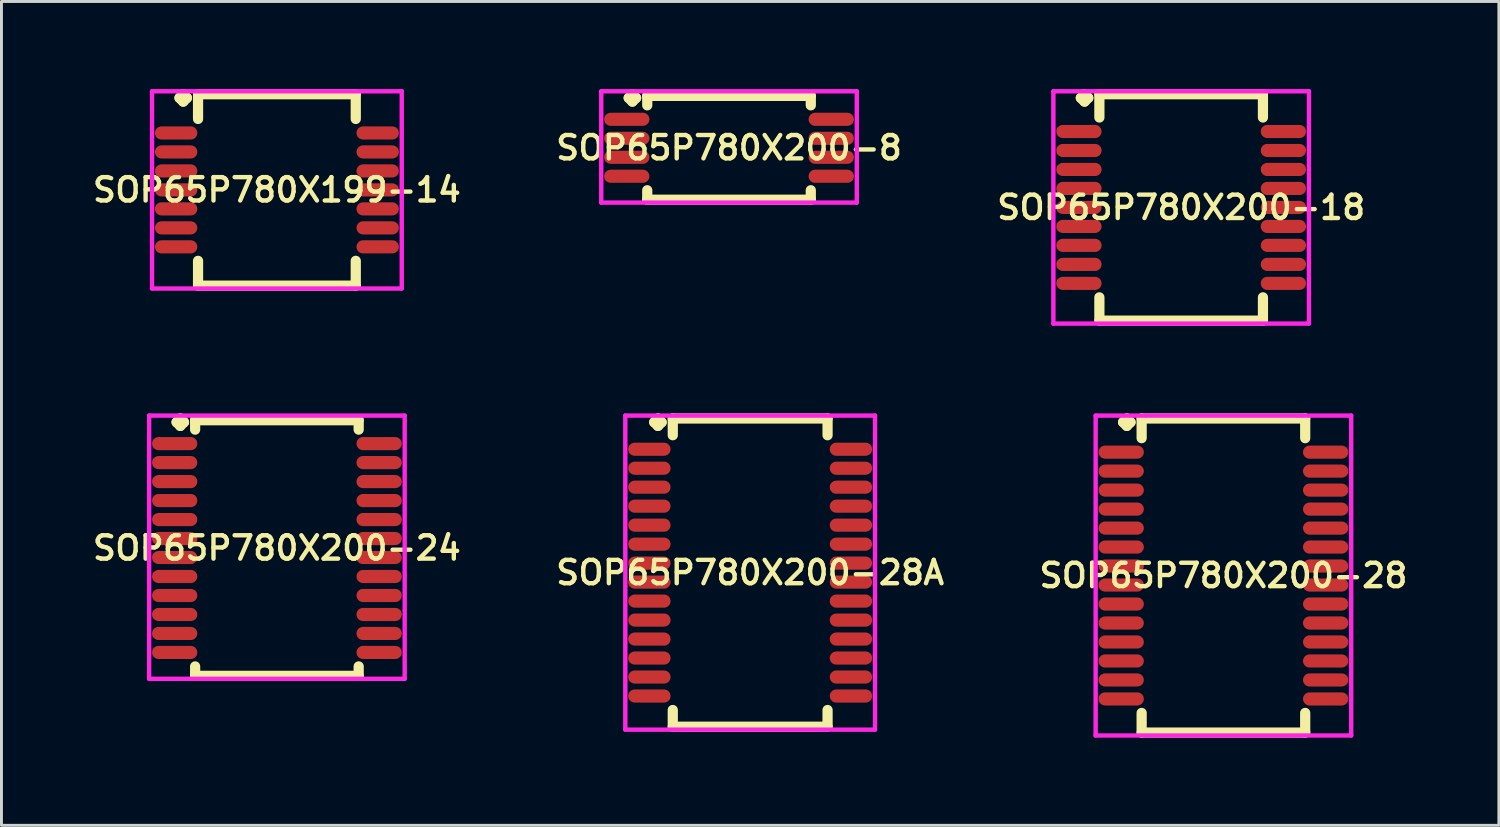
<source format=kicad_pcb>
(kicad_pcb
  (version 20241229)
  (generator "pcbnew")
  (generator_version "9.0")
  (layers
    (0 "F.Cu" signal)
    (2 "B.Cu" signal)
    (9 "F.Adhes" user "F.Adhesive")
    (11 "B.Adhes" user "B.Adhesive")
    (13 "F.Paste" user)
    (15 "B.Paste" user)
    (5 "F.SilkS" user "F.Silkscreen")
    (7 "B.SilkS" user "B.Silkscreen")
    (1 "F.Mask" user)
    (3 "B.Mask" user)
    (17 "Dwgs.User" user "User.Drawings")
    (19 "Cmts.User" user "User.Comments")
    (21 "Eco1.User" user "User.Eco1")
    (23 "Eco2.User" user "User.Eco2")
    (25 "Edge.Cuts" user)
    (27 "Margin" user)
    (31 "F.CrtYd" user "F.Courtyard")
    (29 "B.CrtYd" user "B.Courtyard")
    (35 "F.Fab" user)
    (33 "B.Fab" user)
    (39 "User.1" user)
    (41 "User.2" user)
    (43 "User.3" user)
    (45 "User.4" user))
  (footprint "SOP65P780X200-24"
    (layer "F.Cu")
    (at 6.431 15.714)
    (property "Reference" "SOP65P780X200-24" (at 0 0 0) (layer "F.SilkS") (effects (font (size 0.8 0.8) (thickness 0.15))))
    (attr smd)
    (fp_line (start -3.435 -4.308) (end -3.308 -4.435) (stroke (width 0.35) (type solid)) (layer "F.SilkS"))
    (fp_line (start -3.308 -4.435) (end -3.181 -4.308) (stroke (width 0.35) (type solid)) (layer "F.SilkS"))
    (fp_line (start -3.308 -4.181) (end -3.435 -4.308) (stroke (width 0.35) (type solid)) (layer "F.SilkS"))
    (fp_line (start -3.181 -4.308) (end -3.308 -4.181) (stroke (width 0.35) (type solid)) (layer "F.SilkS"))
    (fp_line (start -2.8 -4.377) (end 2.8 -4.377) (stroke (width 0.35) (type solid)) (layer "F.SilkS"))
    (fp_line (start -2.8 -4.054) (end -2.8 -4.377) (stroke (width 0.35) (type solid)) (layer "F.SilkS"))
    (fp_line (start -2.8 4.054) (end -2.8 4.377) (stroke (width 0.35) (type solid)) (layer "F.SilkS"))
    (fp_line (start -2.8 4.377) (end 2.8 4.377) (stroke (width 0.35) (type solid)) (layer "F.SilkS"))
    (fp_line (start 2.8 -4.377) (end 2.8 -4.054) (stroke (width 0.35) (type solid)) (layer "F.SilkS"))
    (fp_line (start 2.8 4.377) (end 2.8 4.054) (stroke (width 0.35) (type solid)) (layer "F.SilkS"))
    (fp_line (start -4.375 -4.535) (end 4.375 -4.535) (stroke (width 0.15) (type solid)) (layer "F.CrtYd"))
    (fp_line (start -4.375 4.477) (end -4.375 -4.535) (stroke (width 0.15) (type solid)) (layer "F.CrtYd"))
    (fp_line (start 4.375 -4.535) (end 4.375 4.477) (stroke (width 0.15) (type solid)) (layer "F.CrtYd"))
    (fp_line (start 4.375 4.477) (end -4.375 4.477) (stroke (width 0.15) (type solid)) (layer "F.CrtYd"))
    (pad "1" smd oval (at -3.5 -3.575) (size 1.55 0.45) (layers "F.Cu" "F.Mask" "F.Paste"))
    (pad "2" smd oval (at -3.5 -2.925) (size 1.55 0.45) (layers "F.Cu" "F.Mask" "F.Paste"))
    (pad "3" smd oval (at -3.5 -2.275) (size 1.55 0.45) (layers "F.Cu" "F.Mask" "F.Paste"))
    (pad "4" smd oval (at -3.5 -1.625) (size 1.55 0.45) (layers "F.Cu" "F.Mask" "F.Paste"))
    (pad "5" smd oval (at -3.5 -0.975) (size 1.55 0.45) (layers "F.Cu" "F.Mask" "F.Paste"))
    (pad "6" smd oval (at -3.5 -0.325) (size 1.55 0.45) (layers "F.Cu" "F.Mask" "F.Paste"))
    (pad "7" smd oval (at -3.5 0.325) (size 1.55 0.45) (layers "F.Cu" "F.Mask" "F.Paste"))
    (pad "8" smd oval (at -3.5 0.975) (size 1.55 0.45) (layers "F.Cu" "F.Mask" "F.Paste"))
    (pad "9" smd oval (at -3.5 1.625) (size 1.55 0.45) (layers "F.Cu" "F.Mask" "F.Paste"))
    (pad "10" smd oval (at -3.5 2.275) (size 1.55 0.45) (layers "F.Cu" "F.Mask" "F.Paste"))
    (pad "11" smd oval (at -3.5 2.925) (size 1.55 0.45) (layers "F.Cu" "F.Mask" "F.Paste"))
    (pad "12" smd oval (at -3.5 3.575) (size 1.55 0.45) (layers "F.Cu" "F.Mask" "F.Paste"))
    (pad "13" smd oval (at 3.5 3.575) (size 1.55 0.45) (layers "F.Cu" "F.Mask" "F.Paste"))
    (pad "14" smd oval (at 3.5 2.925) (size 1.55 0.45) (layers "F.Cu" "F.Mask" "F.Paste"))
    (pad "15" smd oval (at 3.5 2.275) (size 1.55 0.45) (layers "F.Cu" "F.Mask" "F.Paste"))
    (pad "16" smd oval (at 3.5 1.625) (size 1.55 0.45) (layers "F.Cu" "F.Mask" "F.Paste"))
    (pad "17" smd oval (at 3.5 0.975) (size 1.55 0.45) (layers "F.Cu" "F.Mask" "F.Paste"))
    (pad "18" smd oval (at 3.5 0.325) (size 1.55 0.45) (layers "F.Cu" "F.Mask" "F.Paste"))
    (pad "19" smd oval (at 3.5 -0.325) (size 1.55 0.45) (layers "F.Cu" "F.Mask" "F.Paste"))
    (pad "20" smd oval (at 3.5 -0.975) (size 1.55 0.45) (layers "F.Cu" "F.Mask" "F.Paste"))
    (pad "21" smd oval (at 3.5 -1.625) (size 1.55 0.45) (layers "F.Cu" "F.Mask" "F.Paste"))
    (pad "22" smd oval (at 3.5 -2.275) (size 1.55 0.45) (layers "F.Cu" "F.Mask" "F.Paste"))
    (pad "23" smd oval (at 3.5 -2.925) (size 1.55 0.45) (layers "F.Cu" "F.Mask" "F.Paste"))
    (pad "24" smd oval (at 3.5 -3.575) (size 1.55 0.45) (layers "F.Cu" "F.Mask" "F.Paste")))
  (footprint "SOP65P780X200-28"
    (layer "F.Cu")
    (at 38.839 16.656)
    (property "Reference" "SOP65P780X200-28" (at 0 0 0) (layer "F.SilkS") (effects (font (size 0.8 0.8) (thickness 0.15))))
    (attr smd)
    (fp_line (start -3.435 -5.25) (end -3.308 -5.377) (stroke (width 0.35) (type solid)) (layer "F.SilkS"))
    (fp_line (start -3.308 -5.377) (end -3.181 -5.25) (stroke (width 0.35) (type solid)) (layer "F.SilkS"))
    (fp_line (start -3.308 -5.123) (end -3.435 -5.25) (stroke (width 0.35) (type solid)) (layer "F.SilkS"))
    (fp_line (start -3.181 -5.25) (end -3.308 -5.123) (stroke (width 0.35) (type solid)) (layer "F.SilkS"))
    (fp_line (start -2.8 -5.377) (end 2.8 -5.377) (stroke (width 0.35) (type solid)) (layer "F.SilkS"))
    (fp_line (start -2.8 -4.704) (end -2.8 -5.377) (stroke (width 0.35) (type solid)) (layer "F.SilkS"))
    (fp_line (start -2.8 4.704) (end -2.8 5.377) (stroke (width 0.35) (type solid)) (layer "F.SilkS"))
    (fp_line (start -2.8 5.377) (end 2.8 5.377) (stroke (width 0.35) (type solid)) (layer "F.SilkS"))
    (fp_line (start 2.8 -5.377) (end 2.8 -4.704) (stroke (width 0.35) (type solid)) (layer "F.SilkS"))
    (fp_line (start 2.8 5.377) (end 2.8 4.704) (stroke (width 0.35) (type solid)) (layer "F.SilkS"))
    (fp_line (start -4.375 -5.477) (end 4.375 -5.477) (stroke (width 0.15) (type solid)) (layer "F.CrtYd"))
    (fp_line (start -4.375 5.477) (end -4.375 -5.477) (stroke (width 0.15) (type solid)) (layer "F.CrtYd"))
    (fp_line (start 4.375 -5.477) (end 4.375 5.477) (stroke (width 0.15) (type solid)) (layer "F.CrtYd"))
    (fp_line (start 4.375 5.477) (end -4.375 5.477) (stroke (width 0.15) (type solid)) (layer "F.CrtYd"))
    (pad "1" smd oval (at -3.5 -4.225) (size 1.55 0.45) (layers "F.Cu" "F.Mask" "F.Paste"))
    (pad "2" smd oval (at -3.5 -3.575) (size 1.55 0.45) (layers "F.Cu" "F.Mask" "F.Paste"))
    (pad "3" smd oval (at -3.5 -2.925) (size 1.55 0.45) (layers "F.Cu" "F.Mask" "F.Paste"))
    (pad "4" smd oval (at -3.5 -2.275) (size 1.55 0.45) (layers "F.Cu" "F.Mask" "F.Paste"))
    (pad "5" smd oval (at -3.5 -1.625) (size 1.55 0.45) (layers "F.Cu" "F.Mask" "F.Paste"))
    (pad "6" smd oval (at -3.5 -0.975) (size 1.55 0.45) (layers "F.Cu" "F.Mask" "F.Paste"))
    (pad "7" smd oval (at -3.5 -0.325) (size 1.55 0.45) (layers "F.Cu" "F.Mask" "F.Paste"))
    (pad "8" smd oval (at -3.5 0.325) (size 1.55 0.45) (layers "F.Cu" "F.Mask" "F.Paste"))
    (pad "9" smd oval (at -3.5 0.975) (size 1.55 0.45) (layers "F.Cu" "F.Mask" "F.Paste"))
    (pad "10" smd oval (at -3.5 1.625) (size 1.55 0.45) (layers "F.Cu" "F.Mask" "F.Paste"))
    (pad "11" smd oval (at -3.5 2.275) (size 1.55 0.45) (layers "F.Cu" "F.Mask" "F.Paste"))
    (pad "12" smd oval (at -3.5 2.925) (size 1.55 0.45) (layers "F.Cu" "F.Mask" "F.Paste"))
    (pad "13" smd oval (at -3.5 3.575) (size 1.55 0.45) (layers "F.Cu" "F.Mask" "F.Paste"))
    (pad "14" smd oval (at -3.5 4.225) (size 1.55 0.45) (layers "F.Cu" "F.Mask" "F.Paste"))
    (pad "15" smd oval (at 3.5 4.225) (size 1.55 0.45) (layers "F.Cu" "F.Mask" "F.Paste"))
    (pad "16" smd oval (at 3.5 3.575) (size 1.55 0.45) (layers "F.Cu" "F.Mask" "F.Paste"))
    (pad "17" smd oval (at 3.5 2.925) (size 1.55 0.45) (layers "F.Cu" "F.Mask" "F.Paste"))
    (pad "18" smd oval (at 3.5 2.275) (size 1.55 0.45) (layers "F.Cu" "F.Mask" "F.Paste"))
    (pad "19" smd oval (at 3.5 1.625) (size 1.55 0.45) (layers "F.Cu" "F.Mask" "F.Paste"))
    (pad "20" smd oval (at 3.5 0.975) (size 1.55 0.45) (layers "F.Cu" "F.Mask" "F.Paste"))
    (pad "21" smd oval (at 3.5 0.325) (size 1.55 0.45) (layers "F.Cu" "F.Mask" "F.Paste"))
    (pad "22" smd oval (at 3.5 -0.325) (size 1.55 0.45) (layers "F.Cu" "F.Mask" "F.Paste"))
    (pad "23" smd oval (at 3.5 -0.975) (size 1.55 0.45) (layers "F.Cu" "F.Mask" "F.Paste"))
    (pad "24" smd oval (at 3.5 -1.625) (size 1.55 0.45) (layers "F.Cu" "F.Mask" "F.Paste"))
    (pad "25" smd oval (at 3.5 -2.275) (size 1.55 0.45) (layers "F.Cu" "F.Mask" "F.Paste"))
    (pad "26" smd oval (at 3.5 -2.925) (size 1.55 0.45) (layers "F.Cu" "F.Mask" "F.Paste"))
    (pad "27" smd oval (at 3.5 -3.575) (size 1.55 0.45) (layers "F.Cu" "F.Mask" "F.Paste"))
    (pad "28" smd oval (at 3.5 -4.225) (size 1.55 0.45) (layers "F.Cu" "F.Mask" "F.Paste")))
  (footprint "SOP65P780X199-14"
    (layer "F.Cu")
    (at 6.431 3.452)
    (property "Reference" "SOP65P780X199-14" (at 0 0 0) (layer "F.SilkS") (effects (font (size 0.8 0.8) (thickness 0.15))))
    (attr smd)
    (fp_line (start -3.335 -3.15) (end -3.208 -3.277) (stroke (width 0.35) (type solid)) (layer "F.SilkS"))
    (fp_line (start -3.208 -3.277) (end -3.081 -3.15) (stroke (width 0.35) (type solid)) (layer "F.SilkS"))
    (fp_line (start -3.208 -3.023) (end -3.335 -3.15) (stroke (width 0.35) (type solid)) (layer "F.SilkS"))
    (fp_line (start -3.081 -3.15) (end -3.208 -3.023) (stroke (width 0.35) (type solid)) (layer "F.SilkS"))
    (fp_line (start -2.7 -3.277) (end 2.7 -3.277) (stroke (width 0.35) (type solid)) (layer "F.SilkS"))
    (fp_line (start -2.7 -2.429) (end -2.7 -3.277) (stroke (width 0.35) (type solid)) (layer "F.SilkS"))
    (fp_line (start -2.7 2.429) (end -2.7 3.277) (stroke (width 0.35) (type solid)) (layer "F.SilkS"))
    (fp_line (start -2.7 3.277) (end 2.7 3.277) (stroke (width 0.35) (type solid)) (layer "F.SilkS"))
    (fp_line (start 2.7 -3.277) (end 2.7 -2.429) (stroke (width 0.35) (type solid)) (layer "F.SilkS"))
    (fp_line (start 2.7 3.277) (end 2.7 2.429) (stroke (width 0.35) (type solid)) (layer "F.SilkS"))
    (fp_line (start -4.275 -3.377) (end 4.275 -3.377) (stroke (width 0.15) (type solid)) (layer "F.CrtYd"))
    (fp_line (start -4.275 3.377) (end -4.275 -3.377) (stroke (width 0.15) (type solid)) (layer "F.CrtYd"))
    (fp_line (start 4.275 -3.377) (end 4.275 3.377) (stroke (width 0.15) (type solid)) (layer "F.CrtYd"))
    (fp_line (start 4.275 3.377) (end -4.275 3.377) (stroke (width 0.15) (type solid)) (layer "F.CrtYd"))
    (pad "1" smd oval (at -3.45 -1.95) (size 1.45 0.45) (layers "F.Cu" "F.Mask" "F.Paste"))
    (pad "2" smd oval (at -3.45 -1.3) (size 1.45 0.45) (layers "F.Cu" "F.Mask" "F.Paste"))
    (pad "3" smd oval (at -3.45 -0.65) (size 1.45 0.45) (layers "F.Cu" "F.Mask" "F.Paste"))
    (pad "4" smd oval (at -3.45 0) (size 1.45 0.45) (layers "F.Cu" "F.Mask" "F.Paste"))
    (pad "5" smd oval (at -3.45 0.65) (size 1.45 0.45) (layers "F.Cu" "F.Mask" "F.Paste"))
    (pad "6" smd oval (at -3.45 1.3) (size 1.45 0.45) (layers "F.Cu" "F.Mask" "F.Paste"))
    (pad "7" smd oval (at -3.45 1.95) (size 1.45 0.45) (layers "F.Cu" "F.Mask" "F.Paste"))
    (pad "8" smd oval (at 3.45 1.95) (size 1.45 0.45) (layers "F.Cu" "F.Mask" "F.Paste"))
    (pad "9" smd oval (at 3.45 1.3) (size 1.45 0.45) (layers "F.Cu" "F.Mask" "F.Paste"))
    (pad "10" smd oval (at 3.45 0.65) (size 1.45 0.45) (layers "F.Cu" "F.Mask" "F.Paste"))
    (pad "11" smd oval (at 3.45 0) (size 1.45 0.45) (layers "F.Cu" "F.Mask" "F.Paste"))
    (pad "12" smd oval (at 3.45 -0.65) (size 1.45 0.45) (layers "F.Cu" "F.Mask" "F.Paste"))
    (pad "13" smd oval (at 3.45 -1.3) (size 1.45 0.45) (layers "F.Cu" "F.Mask" "F.Paste"))
    (pad "14" smd oval (at 3.45 -1.95) (size 1.45 0.45) (layers "F.Cu" "F.Mask" "F.Paste")))
  (footprint "SOP65P780X200-18"
    (layer "F.Cu")
    (at 37.392 4.052)
    (property "Reference" "SOP65P780X200-18" (at 0 0 0) (layer "F.SilkS") (effects (font (size 0.8 0.8) (thickness 0.15))))
    (attr smd)
    (fp_line (start -3.435 -3.75) (end -3.308 -3.877) (stroke (width 0.35) (type solid)) (layer "F.SilkS"))
    (fp_line (start -3.308 -3.877) (end -3.181 -3.75) (stroke (width 0.35) (type solid)) (layer "F.SilkS"))
    (fp_line (start -3.308 -3.623) (end -3.435 -3.75) (stroke (width 0.35) (type solid)) (layer "F.SilkS"))
    (fp_line (start -3.181 -3.75) (end -3.308 -3.623) (stroke (width 0.35) (type solid)) (layer "F.SilkS"))
    (fp_line (start -2.8 -3.877) (end 2.8 -3.877) (stroke (width 0.35) (type solid)) (layer "F.SilkS"))
    (fp_line (start -2.8 -3.079) (end -2.8 -3.877) (stroke (width 0.35) (type solid)) (layer "F.SilkS"))
    (fp_line (start -2.8 3.079) (end -2.8 3.877) (stroke (width 0.35) (type solid)) (layer "F.SilkS"))
    (fp_line (start -2.8 3.877) (end 2.8 3.877) (stroke (width 0.35) (type solid)) (layer "F.SilkS"))
    (fp_line (start 2.8 -3.877) (end 2.8 -3.079) (stroke (width 0.35) (type solid)) (layer "F.SilkS"))
    (fp_line (start 2.8 3.877) (end 2.8 3.079) (stroke (width 0.35) (type solid)) (layer "F.SilkS"))
    (fp_line (start -4.375 -3.977) (end 4.375 -3.977) (stroke (width 0.15) (type solid)) (layer "F.CrtYd"))
    (fp_line (start -4.375 3.977) (end -4.375 -3.977) (stroke (width 0.15) (type solid)) (layer "F.CrtYd"))
    (fp_line (start 4.375 -3.977) (end 4.375 3.977) (stroke (width 0.15) (type solid)) (layer "F.CrtYd"))
    (fp_line (start 4.375 3.977) (end -4.375 3.977) (stroke (width 0.15) (type solid)) (layer "F.CrtYd"))
    (pad "1" smd oval (at -3.5 -2.6) (size 1.55 0.45) (layers "F.Cu" "F.Mask" "F.Paste"))
    (pad "2" smd oval (at -3.5 -1.95) (size 1.55 0.45) (layers "F.Cu" "F.Mask" "F.Paste"))
    (pad "3" smd oval (at -3.5 -1.3) (size 1.55 0.45) (layers "F.Cu" "F.Mask" "F.Paste"))
    (pad "4" smd oval (at -3.5 -0.65) (size 1.55 0.45) (layers "F.Cu" "F.Mask" "F.Paste"))
    (pad "5" smd oval (at -3.5 0) (size 1.55 0.45) (layers "F.Cu" "F.Mask" "F.Paste"))
    (pad "6" smd oval (at -3.5 0.65) (size 1.55 0.45) (layers "F.Cu" "F.Mask" "F.Paste"))
    (pad "7" smd oval (at -3.5 1.3) (size 1.55 0.45) (layers "F.Cu" "F.Mask" "F.Paste"))
    (pad "8" smd oval (at -3.5 1.95) (size 1.55 0.45) (layers "F.Cu" "F.Mask" "F.Paste"))
    (pad "9" smd oval (at -3.5 2.6) (size 1.55 0.45) (layers "F.Cu" "F.Mask" "F.Paste"))
    (pad "10" smd oval (at 3.5 2.6) (size 1.55 0.45) (layers "F.Cu" "F.Mask" "F.Paste"))
    (pad "11" smd oval (at 3.5 1.95) (size 1.55 0.45) (layers "F.Cu" "F.Mask" "F.Paste"))
    (pad "12" smd oval (at 3.5 1.3) (size 1.55 0.45) (layers "F.Cu" "F.Mask" "F.Paste"))
    (pad "13" smd oval (at 3.5 0.65) (size 1.55 0.45) (layers "F.Cu" "F.Mask" "F.Paste"))
    (pad "14" smd oval (at 3.5 0) (size 1.55 0.45) (layers "F.Cu" "F.Mask" "F.Paste"))
    (pad "15" smd oval (at 3.5 -0.65) (size 1.55 0.45) (layers "F.Cu" "F.Mask" "F.Paste"))
    (pad "16" smd oval (at 3.5 -1.3) (size 1.55 0.45) (layers "F.Cu" "F.Mask" "F.Paste"))
    (pad "17" smd oval (at 3.5 -1.95) (size 1.55 0.45) (layers "F.Cu" "F.Mask" "F.Paste"))
    (pad "18" smd oval (at 3.5 -2.6) (size 1.55 0.45) (layers "F.Cu" "F.Mask" "F.Paste")))
  (footprint "SOP65P780X200-8"
    (layer "F.Cu")
    (at 21.911 2.01)
    (property "Reference" "SOP65P780X200-8" (at 0 0 0) (layer "F.SilkS") (effects (font (size 0.8 0.8) (thickness 0.15))))
    (attr smd)
    (fp_line (start -3.435 -1.708) (end -3.308 -1.835) (stroke (width 0.35) (type solid)) (layer "F.SilkS"))
    (fp_line (start -3.308 -1.835) (end -3.181 -1.708) (stroke (width 0.35) (type solid)) (layer "F.SilkS"))
    (fp_line (start -3.308 -1.581) (end -3.435 -1.708) (stroke (width 0.35) (type solid)) (layer "F.SilkS"))
    (fp_line (start -3.181 -1.708) (end -3.308 -1.581) (stroke (width 0.35) (type solid)) (layer "F.SilkS"))
    (fp_line (start -2.8 -1.777) (end 2.8 -1.777) (stroke (width 0.35) (type solid)) (layer "F.SilkS"))
    (fp_line (start -2.8 -1.454) (end -2.8 -1.777) (stroke (width 0.35) (type solid)) (layer "F.SilkS"))
    (fp_line (start -2.8 1.454) (end -2.8 1.777) (stroke (width 0.35) (type solid)) (layer "F.SilkS"))
    (fp_line (start -2.8 1.777) (end 2.8 1.777) (stroke (width 0.35) (type solid)) (layer "F.SilkS"))
    (fp_line (start 2.8 -1.777) (end 2.8 -1.454) (stroke (width 0.35) (type solid)) (layer "F.SilkS"))
    (fp_line (start 2.8 1.777) (end 2.8 1.454) (stroke (width 0.35) (type solid)) (layer "F.SilkS"))
    (fp_line (start -4.375 -1.935) (end 4.375 -1.935) (stroke (width 0.15) (type solid)) (layer "F.CrtYd"))
    (fp_line (start -4.375 1.877) (end -4.375 -1.935) (stroke (width 0.15) (type solid)) (layer "F.CrtYd"))
    (fp_line (start 4.375 -1.935) (end 4.375 1.877) (stroke (width 0.15) (type solid)) (layer "F.CrtYd"))
    (fp_line (start 4.375 1.877) (end -4.375 1.877) (stroke (width 0.15) (type solid)) (layer "F.CrtYd"))
    (pad "1" smd oval (at -3.5 -0.975) (size 1.55 0.45) (layers "F.Cu" "F.Mask" "F.Paste"))
    (pad "2" smd oval (at -3.5 -0.325) (size 1.55 0.45) (layers "F.Cu" "F.Mask" "F.Paste"))
    (pad "3" smd oval (at -3.5 0.325) (size 1.55 0.45) (layers "F.Cu" "F.Mask" "F.Paste"))
    (pad "4" smd oval (at -3.5 0.975) (size 1.55 0.45) (layers "F.Cu" "F.Mask" "F.Paste"))
    (pad "5" smd oval (at 3.5 0.975) (size 1.55 0.45) (layers "F.Cu" "F.Mask" "F.Paste"))
    (pad "6" smd oval (at 3.5 0.325) (size 1.55 0.45) (layers "F.Cu" "F.Mask" "F.Paste"))
    (pad "7" smd oval (at 3.5 -0.325) (size 1.55 0.45) (layers "F.Cu" "F.Mask" "F.Paste"))
    (pad "8" smd oval (at 3.5 -0.975) (size 1.55 0.45) (layers "F.Cu" "F.Mask" "F.Paste")))
  (footprint "SOP65P780X200-28A"
    (layer "F.Cu")
    (at 22.635 16.556)
    (property "Reference" "SOP65P780X200-28A" (at 0 0 0) (layer "F.SilkS") (effects (font (size 0.8 0.8) (thickness 0.15))))
    (attr smd)
    (fp_line (start -3.285 -5.15) (end -3.158 -5.277) (stroke (width 0.35) (type solid)) (layer "F.SilkS"))
    (fp_line (start -3.158 -5.277) (end -3.031 -5.15) (stroke (width 0.35) (type solid)) (layer "F.SilkS"))
    (fp_line (start -3.158 -5.023) (end -3.285 -5.15) (stroke (width 0.35) (type solid)) (layer "F.SilkS"))
    (fp_line (start -3.031 -5.15) (end -3.158 -5.023) (stroke (width 0.35) (type solid)) (layer "F.SilkS"))
    (fp_line (start -2.65 -5.277) (end 2.65 -5.277) (stroke (width 0.35) (type solid)) (layer "F.SilkS"))
    (fp_line (start -2.65 -4.704) (end -2.65 -5.277) (stroke (width 0.35) (type solid)) (layer "F.SilkS"))
    (fp_line (start -2.65 4.704) (end -2.65 5.277) (stroke (width 0.35) (type solid)) (layer "F.SilkS"))
    (fp_line (start -2.65 5.277) (end 2.65 5.277) (stroke (width 0.35) (type solid)) (layer "F.SilkS"))
    (fp_line (start 2.65 -5.277) (end 2.65 -4.704) (stroke (width 0.35) (type solid)) (layer "F.SilkS"))
    (fp_line (start 2.65 5.277) (end 2.65 4.704) (stroke (width 0.35) (type solid)) (layer "F.SilkS"))
    (fp_line (start -4.275 -5.377) (end 4.275 -5.377) (stroke (width 0.15) (type solid)) (layer "F.CrtYd"))
    (fp_line (start -4.275 5.377) (end -4.275 -5.377) (stroke (width 0.15) (type solid)) (layer "F.CrtYd"))
    (fp_line (start 4.275 -5.377) (end 4.275 5.377) (stroke (width 0.15) (type solid)) (layer "F.CrtYd"))
    (fp_line (start 4.275 5.377) (end -4.275 5.377) (stroke (width 0.15) (type solid)) (layer "F.CrtYd"))
    (pad "1" smd oval (at -3.45 -4.225) (size 1.45 0.45) (layers "F.Cu" "F.Mask" "F.Paste"))
    (pad "2" smd oval (at -3.45 -3.575) (size 1.45 0.45) (layers "F.Cu" "F.Mask" "F.Paste"))
    (pad "3" smd oval (at -3.45 -2.925) (size 1.45 0.45) (layers "F.Cu" "F.Mask" "F.Paste"))
    (pad "4" smd oval (at -3.45 -2.275) (size 1.45 0.45) (layers "F.Cu" "F.Mask" "F.Paste"))
    (pad "5" smd oval (at -3.45 -1.625) (size 1.45 0.45) (layers "F.Cu" "F.Mask" "F.Paste"))
    (pad "6" smd oval (at -3.45 -0.975) (size 1.45 0.45) (layers "F.Cu" "F.Mask" "F.Paste"))
    (pad "7" smd oval (at -3.45 -0.325) (size 1.45 0.45) (layers "F.Cu" "F.Mask" "F.Paste"))
    (pad "8" smd oval (at -3.45 0.325) (size 1.45 0.45) (layers "F.Cu" "F.Mask" "F.Paste"))
    (pad "9" smd oval (at -3.45 0.975) (size 1.45 0.45) (layers "F.Cu" "F.Mask" "F.Paste"))
    (pad "10" smd oval (at -3.45 1.625) (size 1.45 0.45) (layers "F.Cu" "F.Mask" "F.Paste"))
    (pad "11" smd oval (at -3.45 2.275) (size 1.45 0.45) (layers "F.Cu" "F.Mask" "F.Paste"))
    (pad "12" smd oval (at -3.45 2.925) (size 1.45 0.45) (layers "F.Cu" "F.Mask" "F.Paste"))
    (pad "13" smd oval (at -3.45 3.575) (size 1.45 0.45) (layers "F.Cu" "F.Mask" "F.Paste"))
    (pad "14" smd oval (at -3.45 4.225) (size 1.45 0.45) (layers "F.Cu" "F.Mask" "F.Paste"))
    (pad "15" smd oval (at 3.45 4.225) (size 1.45 0.45) (layers "F.Cu" "F.Mask" "F.Paste"))
    (pad "16" smd oval (at 3.45 3.575) (size 1.45 0.45) (layers "F.Cu" "F.Mask" "F.Paste"))
    (pad "17" smd oval (at 3.45 2.925) (size 1.45 0.45) (layers "F.Cu" "F.Mask" "F.Paste"))
    (pad "18" smd oval (at 3.45 2.275) (size 1.45 0.45) (layers "F.Cu" "F.Mask" "F.Paste"))
    (pad "19" smd oval (at 3.45 1.625) (size 1.45 0.45) (layers "F.Cu" "F.Mask" "F.Paste"))
    (pad "20" smd oval (at 3.45 0.975) (size 1.45 0.45) (layers "F.Cu" "F.Mask" "F.Paste"))
    (pad "21" smd oval (at 3.45 0.325) (size 1.45 0.45) (layers "F.Cu" "F.Mask" "F.Paste"))
    (pad "22" smd oval (at 3.45 -0.325) (size 1.45 0.45) (layers "F.Cu" "F.Mask" "F.Paste"))
    (pad "23" smd oval (at 3.45 -0.975) (size 1.45 0.45) (layers "F.Cu" "F.Mask" "F.Paste"))
    (pad "24" smd oval (at 3.45 -1.625) (size 1.45 0.45) (layers "F.Cu" "F.Mask" "F.Paste"))
    (pad "25" smd oval (at 3.45 -2.275) (size 1.45 0.45) (layers "F.Cu" "F.Mask" "F.Paste"))
    (pad "26" smd oval (at 3.45 -2.925) (size 1.45 0.45) (layers "F.Cu" "F.Mask" "F.Paste"))
    (pad "27" smd oval (at 3.45 -3.575) (size 1.45 0.45) (layers "F.Cu" "F.Mask" "F.Paste"))
    (pad "28" smd oval (at 3.45 -4.225) (size 1.45 0.45) (layers "F.Cu" "F.Mask" "F.Paste")))
  (gr_rect
    (start -3 -3)
    (end 48.27 25.208)
    (stroke (width 0.1) (type default))
    (fill no)
    (layer "Edge.Cuts")))
</source>
